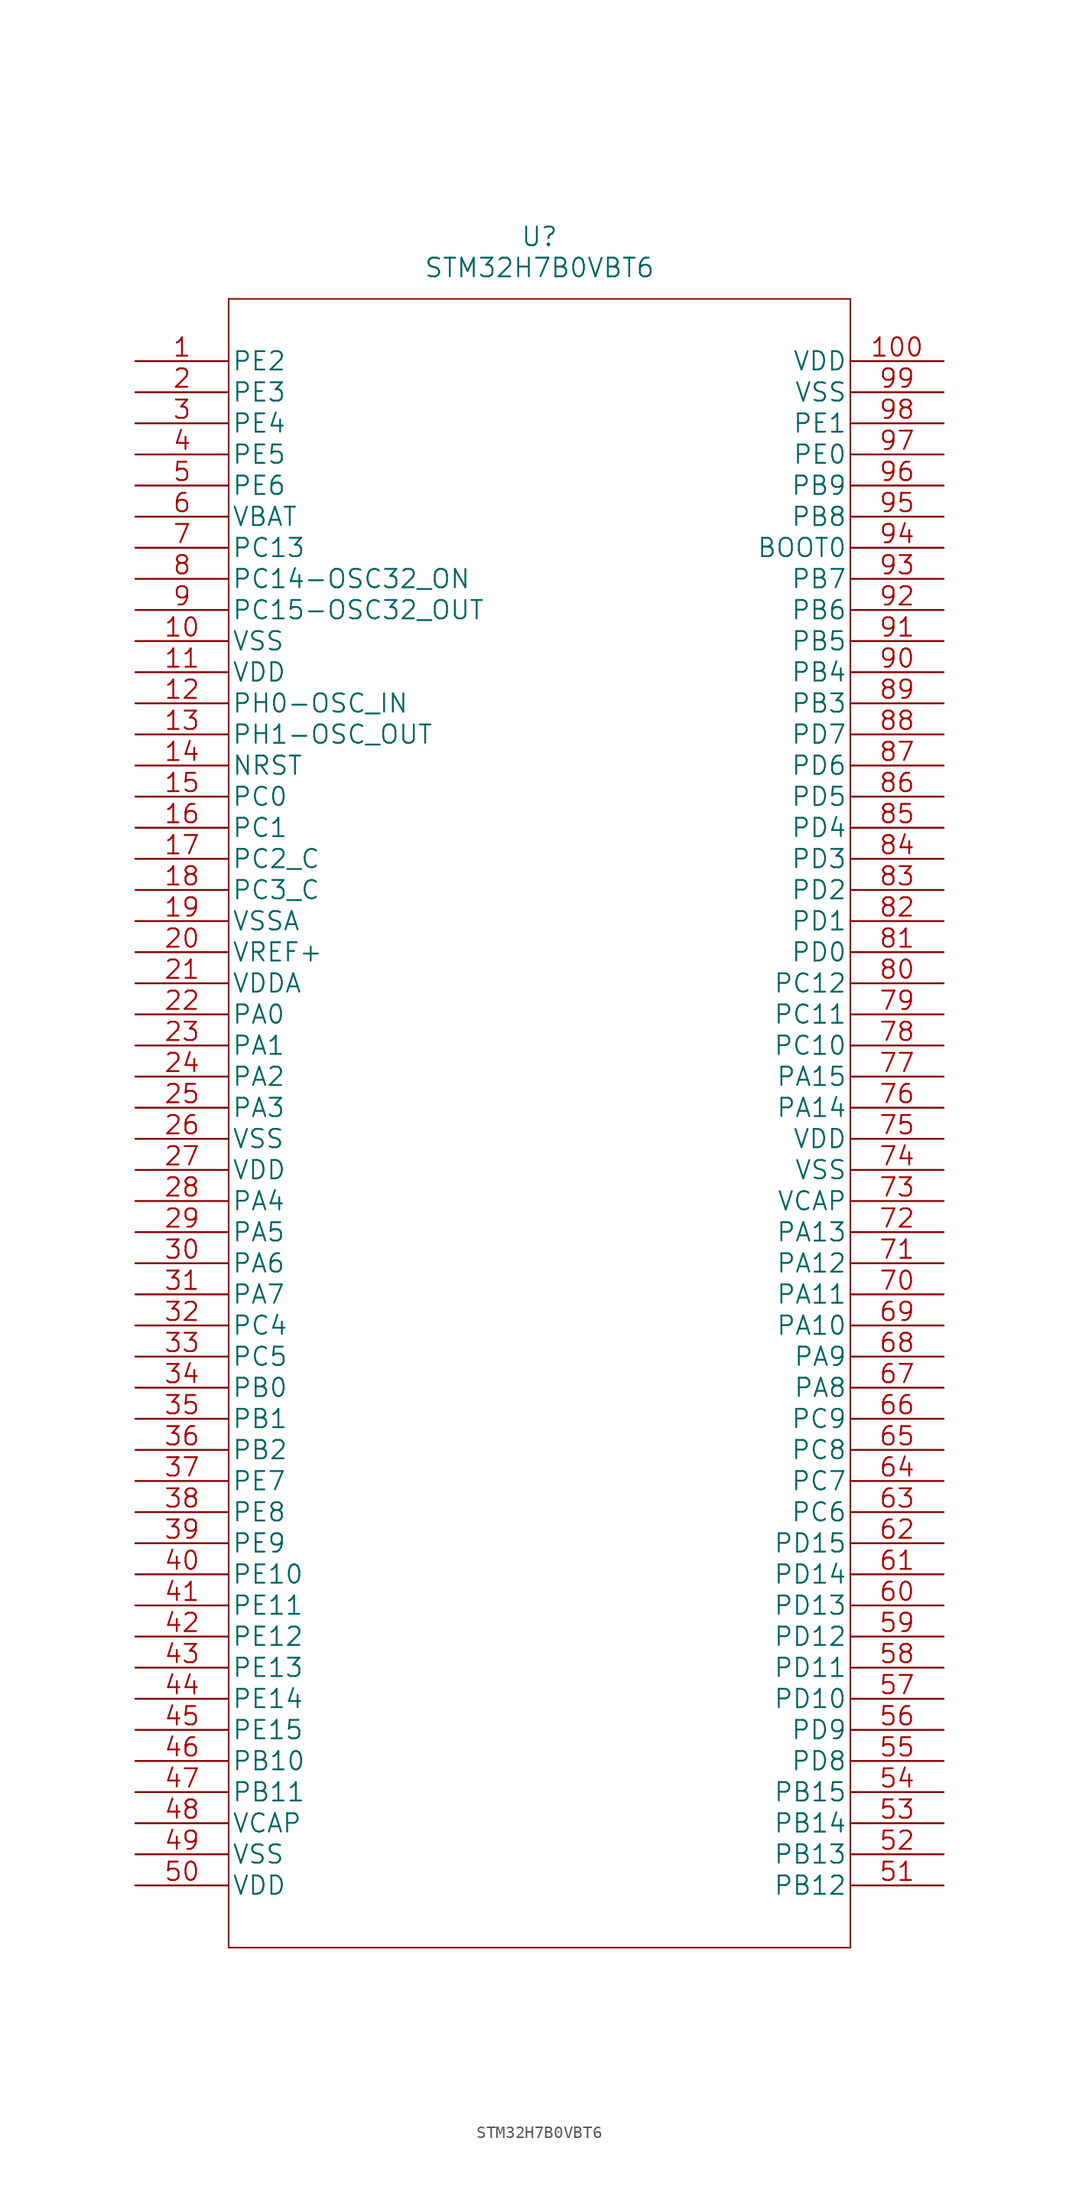
<source format=kicad_sym>
(kicad_symbol_lib
  (version 20211014)
  (generator kicad_symbol_editor)
  (symbol "STM32H7B0VBT6"
    (pin_names
      (offset 0.254))
    (property "Reference" "U"
      (at 33.02 10.16 0)
      (effects (font (size 1.524 1.524))))
    (property "Value" "STM32H7B0VBT6"
      (at 33.02 7.62 0)
      (effects (font (size 1.524 1.524))))
    (property "Datasheet" ""
      (at 0 0 0)
      (effects (font (size 1.524 1.524))))
    (symbol "STM32H7B0VBT6_1_1"
      (polyline (pts (xy 7.62 -129.54) (xy 58.42 -129.54)) (stroke (width 0.127) (type default) (color 0 0 0 0)) (fill (type none)))
      (polyline (pts (xy 7.62 5.08) (xy 7.62 -129.54)) (stroke (width 0.127) (type default) (color 0 0 0 0)) (fill (type none)))
      (polyline (pts (xy 58.42 -129.54) (xy 58.42 5.08)) (stroke (width 0.127) (type default) (color 0 0 0 0)) (fill (type none)))
      (polyline (pts (xy 58.42 5.08) (xy 7.62 5.08)) (stroke (width 0.127) (type default) (color 0 0 0 0)) (fill (type none)))
      (pin bidirectional line (at 0 0 0) (length 7.62) (name "PE2" (effects (font (size 1.499 1.499)))) (number "1" (effects (font (size 1.499 1.499)))))
      (pin power_in line (at 0 -22.86 0) (length 7.62) (name "VSS" (effects (font (size 1.499 1.499)))) (number "10" (effects (font (size 1.499 1.499)))))
      (pin power_in line (at 66.04 0 180) (length 7.62) (name "VDD" (effects (font (size 1.499 1.499)))) (number "100" (effects (font (size 1.499 1.499)))))
      (pin power_in line (at 0 -25.4 0) (length 7.62) (name "VDD" (effects (font (size 1.499 1.499)))) (number "11" (effects (font (size 1.499 1.499)))))
      (pin bidirectional line (at 0 -27.94 0) (length 7.62) (name "PH0-OSC_IN" (effects (font (size 1.499 1.499)))) (number "12" (effects (font (size 1.499 1.499)))))
      (pin output line (at 0 -30.48 0) (length 7.62) (name "PH1-OSC_OUT" (effects (font (size 1.499 1.499)))) (number "13" (effects (font (size 1.499 1.499)))))
      (pin unspecified line (at 0 -33.02 0) (length 7.62) (name "NRST" (effects (font (size 1.499 1.499)))) (number "14" (effects (font (size 1.499 1.499)))))
      (pin bidirectional line (at 0 -35.56 0) (length 7.62) (name "PC0" (effects (font (size 1.499 1.499)))) (number "15" (effects (font (size 1.499 1.499)))))
      (pin bidirectional line (at 0 -38.1 0) (length 7.62) (name "PC1" (effects (font (size 1.499 1.499)))) (number "16" (effects (font (size 1.499 1.499)))))
      (pin bidirectional line (at 0 -40.64 0) (length 7.62) (name "PC2_C" (effects (font (size 1.499 1.499)))) (number "17" (effects (font (size 1.499 1.499)))))
      (pin bidirectional line (at 0 -43.18 0) (length 7.62) (name "PC3_C" (effects (font (size 1.499 1.499)))) (number "18" (effects (font (size 1.499 1.499)))))
      (pin power_in line (at 0 -45.72 0) (length 7.62) (name "VSSA" (effects (font (size 1.499 1.499)))) (number "19" (effects (font (size 1.499 1.499)))))
      (pin bidirectional line (at 0 -2.54 0) (length 7.62) (name "PE3" (effects (font (size 1.499 1.499)))) (number "2" (effects (font (size 1.499 1.499)))))
      (pin power_in line (at 0 -48.26 0) (length 7.62) (name "VREF+" (effects (font (size 1.499 1.499)))) (number "20" (effects (font (size 1.499 1.499)))))
      (pin power_in line (at 0 -50.8 0) (length 7.62) (name "VDDA" (effects (font (size 1.499 1.499)))) (number "21" (effects (font (size 1.499 1.499)))))
      (pin bidirectional line (at 0 -53.34 0) (length 7.62) (name "PA0" (effects (font (size 1.499 1.499)))) (number "22" (effects (font (size 1.499 1.499)))))
      (pin bidirectional line (at 0 -55.88 0) (length 7.62) (name "PA1" (effects (font (size 1.499 1.499)))) (number "23" (effects (font (size 1.499 1.499)))))
      (pin bidirectional line (at 0 -58.42 0) (length 7.62) (name "PA2" (effects (font (size 1.499 1.499)))) (number "24" (effects (font (size 1.499 1.499)))))
      (pin bidirectional line (at 0 -60.96 0) (length 7.62) (name "PA3" (effects (font (size 1.499 1.499)))) (number "25" (effects (font (size 1.499 1.499)))))
      (pin power_in line (at 0 -63.5 0) (length 7.62) (name "VSS" (effects (font (size 1.499 1.499)))) (number "26" (effects (font (size 1.499 1.499)))))
      (pin power_in line (at 0 -66.04 0) (length 7.62) (name "VDD" (effects (font (size 1.499 1.499)))) (number "27" (effects (font (size 1.499 1.499)))))
      (pin bidirectional line (at 0 -68.58 0) (length 7.62) (name "PA4" (effects (font (size 1.499 1.499)))) (number "28" (effects (font (size 1.499 1.499)))))
      (pin bidirectional line (at 0 -71.12 0) (length 7.62) (name "PA5" (effects (font (size 1.499 1.499)))) (number "29" (effects (font (size 1.499 1.499)))))
      (pin bidirectional line (at 0 -5.08 0) (length 7.62) (name "PE4" (effects (font (size 1.499 1.499)))) (number "3" (effects (font (size 1.499 1.499)))))
      (pin bidirectional line (at 0 -73.66 0) (length 7.62) (name "PA6" (effects (font (size 1.499 1.499)))) (number "30" (effects (font (size 1.499 1.499)))))
      (pin bidirectional line (at 0 -76.2 0) (length 7.62) (name "PA7" (effects (font (size 1.499 1.499)))) (number "31" (effects (font (size 1.499 1.499)))))
      (pin bidirectional line (at 0 -78.74 0) (length 7.62) (name "PC4" (effects (font (size 1.499 1.499)))) (number "32" (effects (font (size 1.499 1.499)))))
      (pin bidirectional line (at 0 -81.28 0) (length 7.62) (name "PC5" (effects (font (size 1.499 1.499)))) (number "33" (effects (font (size 1.499 1.499)))))
      (pin bidirectional line (at 0 -83.82 0) (length 7.62) (name "PB0" (effects (font (size 1.499 1.499)))) (number "34" (effects (font (size 1.499 1.499)))))
      (pin bidirectional line (at 0 -86.36 0) (length 7.62) (name "PB1" (effects (font (size 1.499 1.499)))) (number "35" (effects (font (size 1.499 1.499)))))
      (pin bidirectional line (at 0 -88.9 0) (length 7.62) (name "PB2" (effects (font (size 1.499 1.499)))) (number "36" (effects (font (size 1.499 1.499)))))
      (pin bidirectional line (at 0 -91.44 0) (length 7.62) (name "PE7" (effects (font (size 1.499 1.499)))) (number "37" (effects (font (size 1.499 1.499)))))
      (pin bidirectional line (at 0 -93.98 0) (length 7.62) (name "PE8" (effects (font (size 1.499 1.499)))) (number "38" (effects (font (size 1.499 1.499)))))
      (pin bidirectional line (at 0 -96.52 0) (length 7.62) (name "PE9" (effects (font (size 1.499 1.499)))) (number "39" (effects (font (size 1.499 1.499)))))
      (pin bidirectional line (at 0 -7.62 0) (length 7.62) (name "PE5" (effects (font (size 1.499 1.499)))) (number "4" (effects (font (size 1.499 1.499)))))
      (pin bidirectional line (at 0 -99.06 0) (length 7.62) (name "PE10" (effects (font (size 1.499 1.499)))) (number "40" (effects (font (size 1.499 1.499)))))
      (pin bidirectional line (at 0 -101.6 0) (length 7.62) (name "PE11" (effects (font (size 1.499 1.499)))) (number "41" (effects (font (size 1.499 1.499)))))
      (pin bidirectional line (at 0 -104.14 0) (length 7.62) (name "PE12" (effects (font (size 1.499 1.499)))) (number "42" (effects (font (size 1.499 1.499)))))
      (pin bidirectional line (at 0 -106.68 0) (length 7.62) (name "PE13" (effects (font (size 1.499 1.499)))) (number "43" (effects (font (size 1.499 1.499)))))
      (pin bidirectional line (at 0 -109.22 0) (length 7.62) (name "PE14" (effects (font (size 1.499 1.499)))) (number "44" (effects (font (size 1.499 1.499)))))
      (pin bidirectional line (at 0 -111.76 0) (length 7.62) (name "PE15" (effects (font (size 1.499 1.499)))) (number "45" (effects (font (size 1.499 1.499)))))
      (pin bidirectional line (at 0 -114.3 0) (length 7.62) (name "PB10" (effects (font (size 1.499 1.499)))) (number "46" (effects (font (size 1.499 1.499)))))
      (pin bidirectional line (at 0 -116.84 0) (length 7.62) (name "PB11" (effects (font (size 1.499 1.499)))) (number "47" (effects (font (size 1.499 1.499)))))
      (pin unspecified line (at 0 -119.38 0) (length 7.62) (name "VCAP" (effects (font (size 1.499 1.499)))) (number "48" (effects (font (size 1.499 1.499)))))
      (pin power_in line (at 0 -121.92 0) (length 7.62) (name "VSS" (effects (font (size 1.499 1.499)))) (number "49" (effects (font (size 1.499 1.499)))))
      (pin bidirectional line (at 0 -10.16 0) (length 7.62) (name "PE6" (effects (font (size 1.499 1.499)))) (number "5" (effects (font (size 1.499 1.499)))))
      (pin power_in line (at 0 -124.46 0) (length 7.62) (name "VDD" (effects (font (size 1.499 1.499)))) (number "50" (effects (font (size 1.499 1.499)))))
      (pin bidirectional line (at 66.04 -124.46 180) (length 7.62) (name "PB12" (effects (font (size 1.499 1.499)))) (number "51" (effects (font (size 1.499 1.499)))))
      (pin bidirectional line (at 66.04 -121.92 180) (length 7.62) (name "PB13" (effects (font (size 1.499 1.499)))) (number "52" (effects (font (size 1.499 1.499)))))
      (pin bidirectional line (at 66.04 -119.38 180) (length 7.62) (name "PB14" (effects (font (size 1.499 1.499)))) (number "53" (effects (font (size 1.499 1.499)))))
      (pin bidirectional line (at 66.04 -116.84 180) (length 7.62) (name "PB15" (effects (font (size 1.499 1.499)))) (number "54" (effects (font (size 1.499 1.499)))))
      (pin bidirectional line (at 66.04 -114.3 180) (length 7.62) (name "PD8" (effects (font (size 1.499 1.499)))) (number "55" (effects (font (size 1.499 1.499)))))
      (pin bidirectional line (at 66.04 -111.76 180) (length 7.62) (name "PD9" (effects (font (size 1.499 1.499)))) (number "56" (effects (font (size 1.499 1.499)))))
      (pin bidirectional line (at 66.04 -109.22 180) (length 7.62) (name "PD10" (effects (font (size 1.499 1.499)))) (number "57" (effects (font (size 1.499 1.499)))))
      (pin bidirectional line (at 66.04 -106.68 180) (length 7.62) (name "PD11" (effects (font (size 1.499 1.499)))) (number "58" (effects (font (size 1.499 1.499)))))
      (pin bidirectional line (at 66.04 -104.14 180) (length 7.62) (name "PD12" (effects (font (size 1.499 1.499)))) (number "59" (effects (font (size 1.499 1.499)))))
      (pin unspecified line (at 0 -12.7 0) (length 7.62) (name "VBAT" (effects (font (size 1.499 1.499)))) (number "6" (effects (font (size 1.499 1.499)))))
      (pin bidirectional line (at 66.04 -101.6 180) (length 7.62) (name "PD13" (effects (font (size 1.499 1.499)))) (number "60" (effects (font (size 1.499 1.499)))))
      (pin bidirectional line (at 66.04 -99.06 180) (length 7.62) (name "PD14" (effects (font (size 1.499 1.499)))) (number "61" (effects (font (size 1.499 1.499)))))
      (pin bidirectional line (at 66.04 -96.52 180) (length 7.62) (name "PD15" (effects (font (size 1.499 1.499)))) (number "62" (effects (font (size 1.499 1.499)))))
      (pin bidirectional line (at 66.04 -93.98 180) (length 7.62) (name "PC6" (effects (font (size 1.499 1.499)))) (number "63" (effects (font (size 1.499 1.499)))))
      (pin bidirectional line (at 66.04 -91.44 180) (length 7.62) (name "PC7" (effects (font (size 1.499 1.499)))) (number "64" (effects (font (size 1.499 1.499)))))
      (pin bidirectional line (at 66.04 -88.9 180) (length 7.62) (name "PC8" (effects (font (size 1.499 1.499)))) (number "65" (effects (font (size 1.499 1.499)))))
      (pin bidirectional line (at 66.04 -86.36 180) (length 7.62) (name "PC9" (effects (font (size 1.499 1.499)))) (number "66" (effects (font (size 1.499 1.499)))))
      (pin bidirectional line (at 66.04 -83.82 180) (length 7.62) (name "PA8" (effects (font (size 1.499 1.499)))) (number "67" (effects (font (size 1.499 1.499)))))
      (pin bidirectional line (at 66.04 -81.28 180) (length 7.62) (name "PA9" (effects (font (size 1.499 1.499)))) (number "68" (effects (font (size 1.499 1.499)))))
      (pin bidirectional line (at 66.04 -78.74 180) (length 7.62) (name "PA10" (effects (font (size 1.499 1.499)))) (number "69" (effects (font (size 1.499 1.499)))))
      (pin bidirectional line (at 0 -15.24 0) (length 7.62) (name "PC13" (effects (font (size 1.499 1.499)))) (number "7" (effects (font (size 1.499 1.499)))))
      (pin bidirectional line (at 66.04 -76.2 180) (length 7.62) (name "PA11" (effects (font (size 1.499 1.499)))) (number "70" (effects (font (size 1.499 1.499)))))
      (pin bidirectional line (at 66.04 -73.66 180) (length 7.62) (name "PA12" (effects (font (size 1.499 1.499)))) (number "71" (effects (font (size 1.499 1.499)))))
      (pin bidirectional line (at 66.04 -71.12 180) (length 7.62) (name "PA13" (effects (font (size 1.499 1.499)))) (number "72" (effects (font (size 1.499 1.499)))))
      (pin unspecified line (at 66.04 -68.58 180) (length 7.62) (name "VCAP" (effects (font (size 1.499 1.499)))) (number "73" (effects (font (size 1.499 1.499)))))
      (pin power_in line (at 66.04 -66.04 180) (length 7.62) (name "VSS" (effects (font (size 1.499 1.499)))) (number "74" (effects (font (size 1.499 1.499)))))
      (pin power_in line (at 66.04 -63.5 180) (length 7.62) (name "VDD" (effects (font (size 1.499 1.499)))) (number "75" (effects (font (size 1.499 1.499)))))
      (pin bidirectional line (at 66.04 -60.96 180) (length 7.62) (name "PA14" (effects (font (size 1.499 1.499)))) (number "76" (effects (font (size 1.499 1.499)))))
      (pin bidirectional line (at 66.04 -58.42 180) (length 7.62) (name "PA15" (effects (font (size 1.499 1.499)))) (number "77" (effects (font (size 1.499 1.499)))))
      (pin bidirectional line (at 66.04 -55.88 180) (length 7.62) (name "PC10" (effects (font (size 1.499 1.499)))) (number "78" (effects (font (size 1.499 1.499)))))
      (pin bidirectional line (at 66.04 -53.34 180) (length 7.62) (name "PC11" (effects (font (size 1.499 1.499)))) (number "79" (effects (font (size 1.499 1.499)))))
      (pin bidirectional line (at 0 -17.78 0) (length 7.62) (name "PC14-OSC32_ON" (effects (font (size 1.499 1.499)))) (number "8" (effects (font (size 1.499 1.499)))))
      (pin bidirectional line (at 66.04 -50.8 180) (length 7.62) (name "PC12" (effects (font (size 1.499 1.499)))) (number "80" (effects (font (size 1.499 1.499)))))
      (pin bidirectional line (at 66.04 -48.26 180) (length 7.62) (name "PD0" (effects (font (size 1.499 1.499)))) (number "81" (effects (font (size 1.499 1.499)))))
      (pin bidirectional line (at 66.04 -45.72 180) (length 7.62) (name "PD1" (effects (font (size 1.499 1.499)))) (number "82" (effects (font (size 1.499 1.499)))))
      (pin bidirectional line (at 66.04 -43.18 180) (length 7.62) (name "PD2" (effects (font (size 1.499 1.499)))) (number "83" (effects (font (size 1.499 1.499)))))
      (pin bidirectional line (at 66.04 -40.64 180) (length 7.62) (name "PD3" (effects (font (size 1.499 1.499)))) (number "84" (effects (font (size 1.499 1.499)))))
      (pin bidirectional line (at 66.04 -38.1 180) (length 7.62) (name "PD4" (effects (font (size 1.499 1.499)))) (number "85" (effects (font (size 1.499 1.499)))))
      (pin bidirectional line (at 66.04 -35.56 180) (length 7.62) (name "PD5" (effects (font (size 1.499 1.499)))) (number "86" (effects (font (size 1.499 1.499)))))
      (pin bidirectional line (at 66.04 -33.02 180) (length 7.62) (name "PD6" (effects (font (size 1.499 1.499)))) (number "87" (effects (font (size 1.499 1.499)))))
      (pin bidirectional line (at 66.04 -30.48 180) (length 7.62) (name "PD7" (effects (font (size 1.499 1.499)))) (number "88" (effects (font (size 1.499 1.499)))))
      (pin bidirectional line (at 66.04 -27.94 180) (length 7.62) (name "PB3" (effects (font (size 1.499 1.499)))) (number "89" (effects (font (size 1.499 1.499)))))
      (pin output line (at 0 -20.32 0) (length 7.62) (name "PC15-OSC32_OUT" (effects (font (size 1.499 1.499)))) (number "9" (effects (font (size 1.499 1.499)))))
      (pin bidirectional line (at 66.04 -25.4 180) (length 7.62) (name "PB4" (effects (font (size 1.499 1.499)))) (number "90" (effects (font (size 1.499 1.499)))))
      (pin bidirectional line (at 66.04 -22.86 180) (length 7.62) (name "PB5" (effects (font (size 1.499 1.499)))) (number "91" (effects (font (size 1.499 1.499)))))
      (pin bidirectional line (at 66.04 -20.32 180) (length 7.62) (name "PB6" (effects (font (size 1.499 1.499)))) (number "92" (effects (font (size 1.499 1.499)))))
      (pin bidirectional line (at 66.04 -17.78 180) (length 7.62) (name "PB7" (effects (font (size 1.499 1.499)))) (number "93" (effects (font (size 1.499 1.499)))))
      (pin unspecified line (at 66.04 -15.24 180) (length 7.62) (name "BOOT0" (effects (font (size 1.499 1.499)))) (number "94" (effects (font (size 1.499 1.499)))))
      (pin bidirectional line (at 66.04 -12.7 180) (length 7.62) (name "PB8" (effects (font (size 1.499 1.499)))) (number "95" (effects (font (size 1.499 1.499)))))
      (pin bidirectional line (at 66.04 -10.16 180) (length 7.62) (name "PB9" (effects (font (size 1.499 1.499)))) (number "96" (effects (font (size 1.499 1.499)))))
      (pin bidirectional line (at 66.04 -7.62 180) (length 7.62) (name "PE0" (effects (font (size 1.499 1.499)))) (number "97" (effects (font (size 1.499 1.499)))))
      (pin bidirectional line (at 66.04 -5.08 180) (length 7.62) (name "PE1" (effects (font (size 1.499 1.499)))) (number "98" (effects (font (size 1.499 1.499)))))
      (pin power_in line (at 66.04 -2.54 180) (length 7.62) (name "VSS" (effects (font (size 1.499 1.499)))) (number "99" (effects (font (size 1.499 1.499))))))))
</source>
